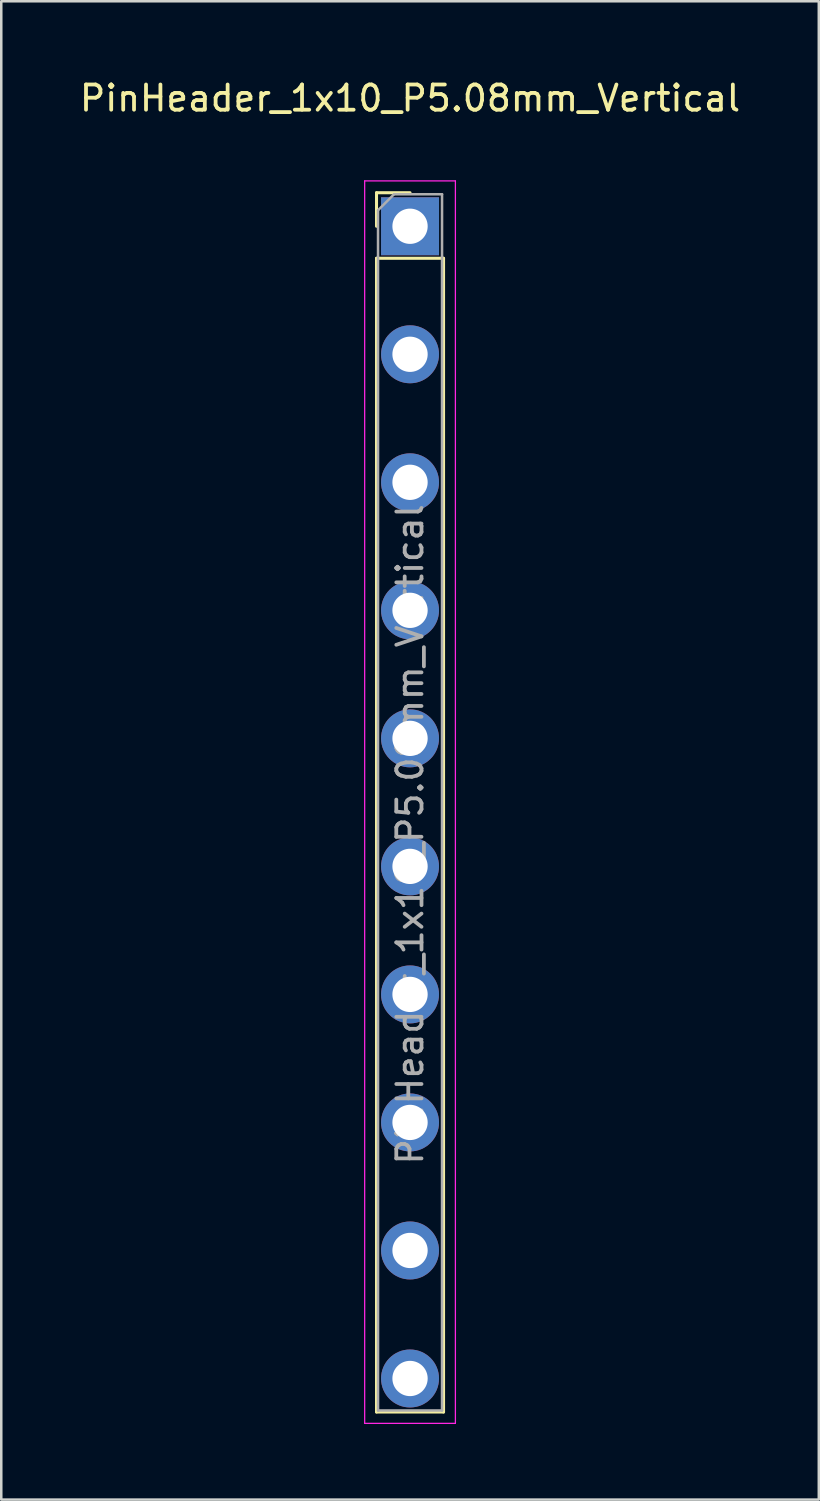
<source format=kicad_pcb>
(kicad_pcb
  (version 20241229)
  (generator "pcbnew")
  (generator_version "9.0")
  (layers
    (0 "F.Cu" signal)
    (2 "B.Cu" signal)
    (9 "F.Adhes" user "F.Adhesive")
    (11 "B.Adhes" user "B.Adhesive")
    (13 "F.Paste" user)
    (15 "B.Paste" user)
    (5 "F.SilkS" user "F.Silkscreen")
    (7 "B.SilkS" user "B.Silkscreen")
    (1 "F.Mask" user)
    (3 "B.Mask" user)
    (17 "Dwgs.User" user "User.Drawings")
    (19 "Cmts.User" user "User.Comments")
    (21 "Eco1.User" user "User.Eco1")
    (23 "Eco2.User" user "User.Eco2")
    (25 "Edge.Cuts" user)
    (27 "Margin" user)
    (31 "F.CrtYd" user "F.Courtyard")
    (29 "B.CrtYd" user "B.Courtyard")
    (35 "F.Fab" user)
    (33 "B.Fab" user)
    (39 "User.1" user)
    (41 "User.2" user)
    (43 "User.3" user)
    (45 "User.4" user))
  (footprint "PinHeader_1x10_P5.08mm_Vertical"
    (layer "F.Cu")
    (at 13.22 5.928)
    (property "Reference" "PinHeader_1x10_P5.08mm_Vertical" (at 0 -5.08 0) (layer "F.SilkS") (effects (font (size 1 1) (thickness 0.15))))
    (attr through_hole)
    (fp_line (start -1.33 -1.33) (end 0 -1.33) (stroke (width 0.12) (type solid)) (layer "F.SilkS"))
    (fp_line (start -1.33 0) (end -1.33 -1.33) (stroke (width 0.12) (type solid)) (layer "F.SilkS"))
    (fp_line (start -1.33 1.27) (end -1.33 47.05) (stroke (width 0.12) (type solid)) (layer "F.SilkS"))
    (fp_line (start -1.33 1.27) (end 1.33 1.27) (stroke (width 0.12) (type solid)) (layer "F.SilkS"))
    (fp_line (start -1.33 47.05) (end 1.33 47.05) (stroke (width 0.12) (type solid)) (layer "F.SilkS"))
    (fp_line (start 1.33 1.27) (end 1.33 47.05) (stroke (width 0.12) (type solid)) (layer "F.SilkS"))
    (fp_line (start -1.8 -1.8) (end -1.8 47.5) (stroke (width 0.05) (type solid)) (layer "F.CrtYd"))
    (fp_line (start -1.8 47.5) (end 1.8 47.5) (stroke (width 0.05) (type solid)) (layer "F.CrtYd"))
    (fp_line (start 1.8 -1.8) (end -1.8 -1.8) (stroke (width 0.05) (type solid)) (layer "F.CrtYd"))
    (fp_line (start 1.8 47.5) (end 1.8 -1.8) (stroke (width 0.05) (type solid)) (layer "F.CrtYd"))
    (fp_line (start -1.27 -0.635) (end -0.635 -1.27) (stroke (width 0.1) (type solid)) (layer "F.Fab"))
    (fp_line (start -1.27 46.99) (end -1.27 -0.635) (stroke (width 0.1) (type solid)) (layer "F.Fab"))
    (fp_line (start -0.635 -1.27) (end 1.27 -1.27) (stroke (width 0.1) (type solid)) (layer "F.Fab"))
    (fp_line (start 1.27 -1.27) (end 1.27 46.99) (stroke (width 0.1) (type solid)) (layer "F.Fab"))
    (fp_line (start 1.27 46.99) (end -1.27 46.99) (stroke (width 0.1) (type solid)) (layer "F.Fab"))
    (fp_text user "${REFERENCE}" (at 0 24.13 90) (layer "F.Fab") (effects (font (size 1 1) (thickness 0.15))))
    (pad "1" thru_hole rect (at 0 0) (size 2.3 2.3) (drill 1.4) (layers "*.Cu" "*.Mask"))
    (pad "2" thru_hole oval (at 0 5.08) (size 2.3 2.3) (drill 1.4) (layers "*.Cu" "*.Mask"))
    (pad "3" thru_hole oval (at 0 10.16) (size 2.3 2.3) (drill 1.4) (layers "*.Cu" "*.Mask"))
    (pad "4" thru_hole oval (at 0 15.24) (size 2.3 2.3) (drill 1.4) (layers "*.Cu" "*.Mask"))
    (pad "5" thru_hole oval (at 0 20.32) (size 2.3 2.3) (drill 1.4) (layers "*.Cu" "*.Mask"))
    (pad "6" thru_hole oval (at 0 25.4) (size 2.3 2.3) (drill 1.4) (layers "*.Cu" "*.Mask"))
    (pad "7" thru_hole oval (at 0 30.48) (size 2.3 2.3) (drill 1.4) (layers "*.Cu" "*.Mask"))
    (pad "8" thru_hole oval (at 0 35.56) (size 2.3 2.3) (drill 1.4) (layers "*.Cu" "*.Mask"))
    (pad "9" thru_hole oval (at 0 40.64) (size 2.3 2.3) (drill 1.4) (layers "*.Cu" "*.Mask"))
    (pad "10" thru_hole oval (at 0 45.72) (size 2.3 2.3) (drill 1.4) (layers "*.Cu" "*.Mask")))
  (gr_rect
    (start -3 -3)
    (end 29.44 56.453)
    (stroke (width 0.1) (type default))
    (fill no)
    (layer "Edge.Cuts")))
</source>
